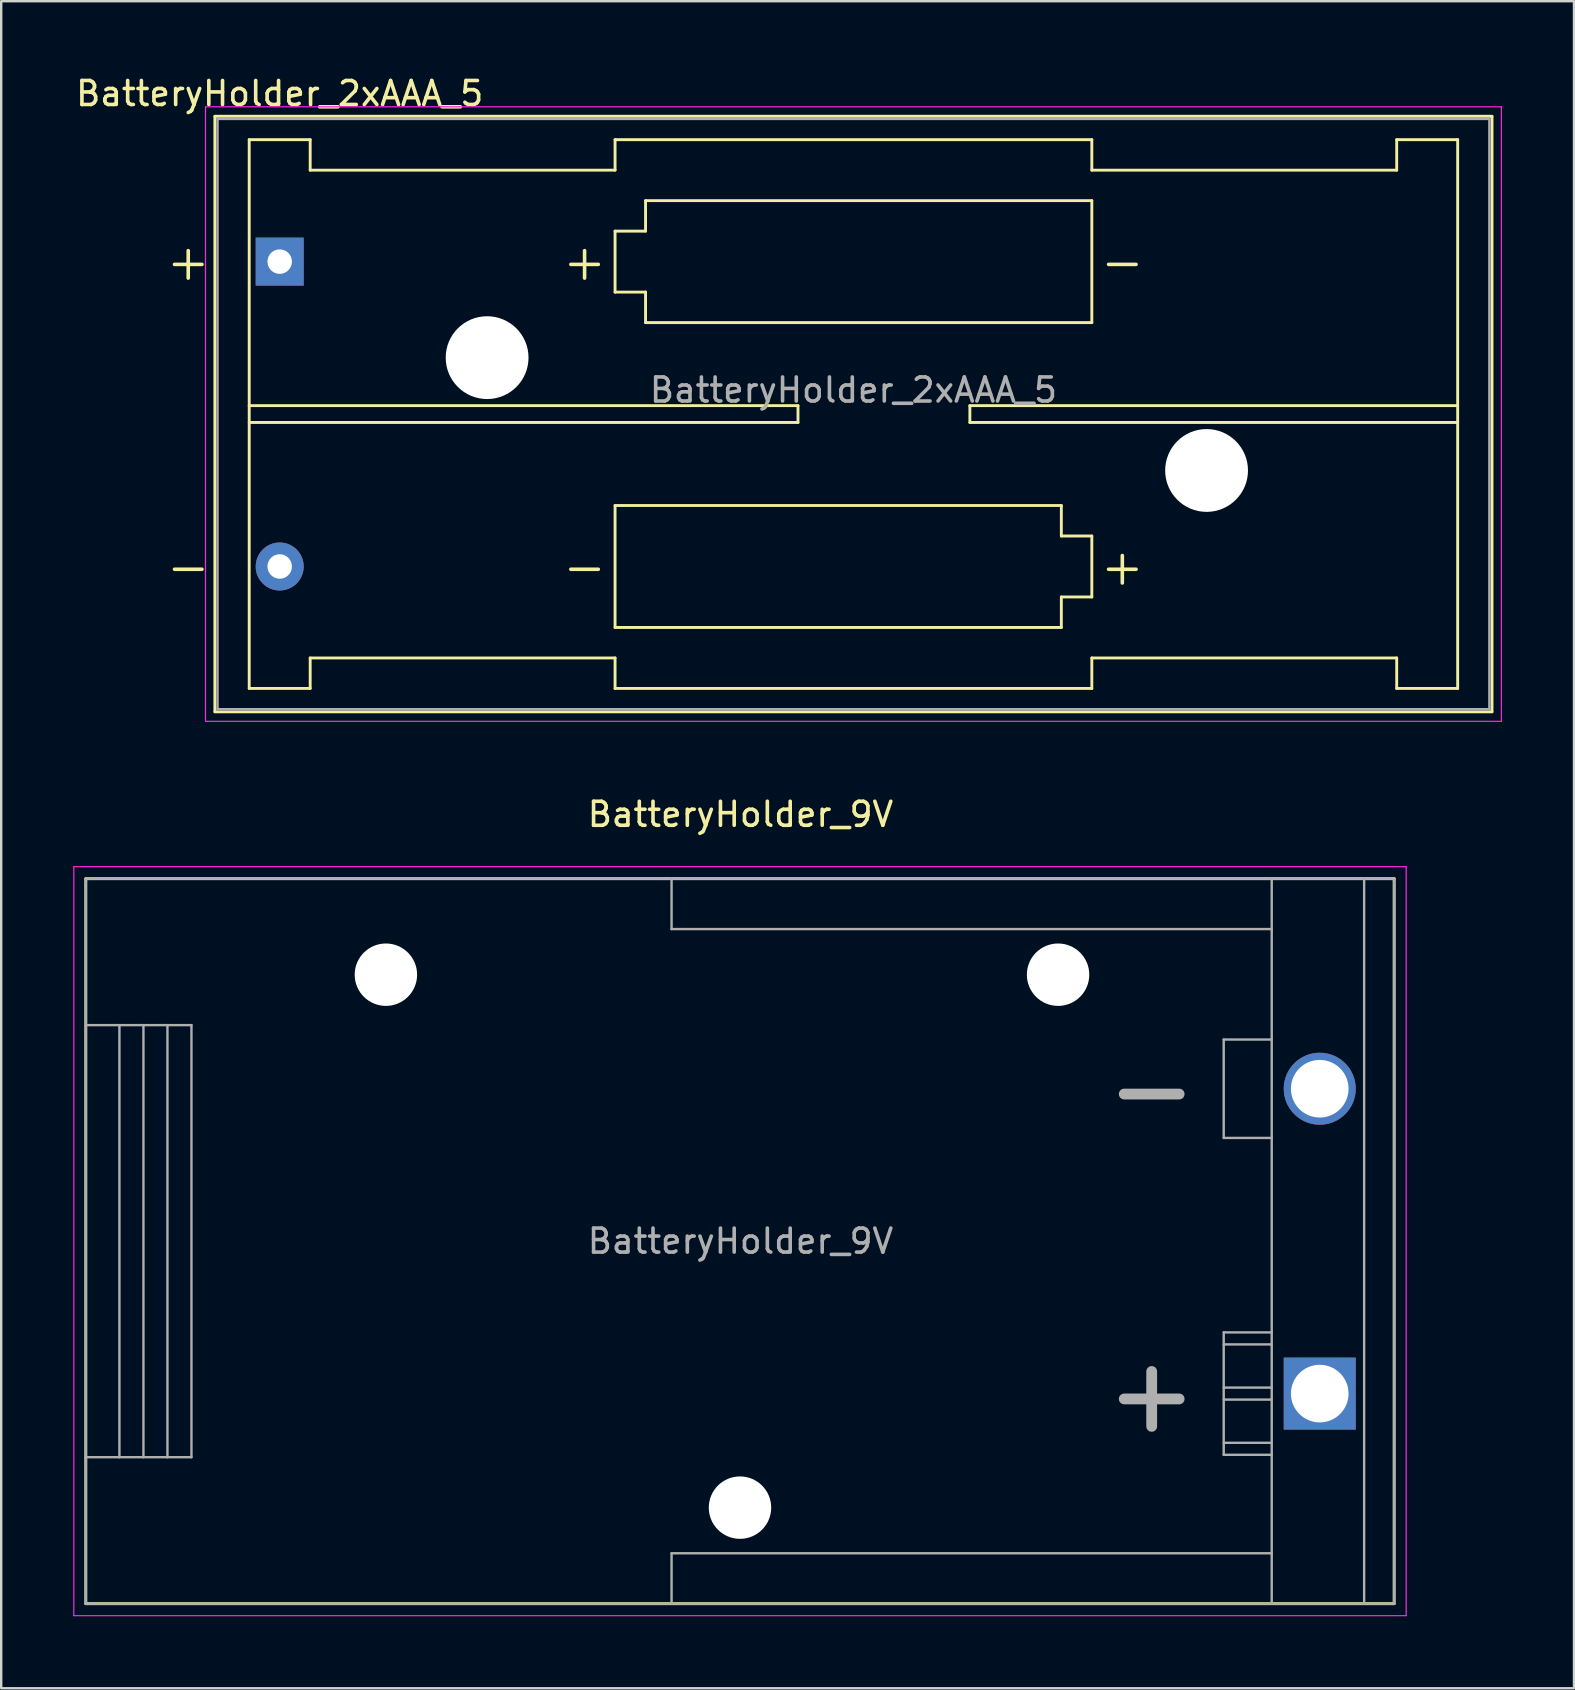
<source format=kicad_pcb>
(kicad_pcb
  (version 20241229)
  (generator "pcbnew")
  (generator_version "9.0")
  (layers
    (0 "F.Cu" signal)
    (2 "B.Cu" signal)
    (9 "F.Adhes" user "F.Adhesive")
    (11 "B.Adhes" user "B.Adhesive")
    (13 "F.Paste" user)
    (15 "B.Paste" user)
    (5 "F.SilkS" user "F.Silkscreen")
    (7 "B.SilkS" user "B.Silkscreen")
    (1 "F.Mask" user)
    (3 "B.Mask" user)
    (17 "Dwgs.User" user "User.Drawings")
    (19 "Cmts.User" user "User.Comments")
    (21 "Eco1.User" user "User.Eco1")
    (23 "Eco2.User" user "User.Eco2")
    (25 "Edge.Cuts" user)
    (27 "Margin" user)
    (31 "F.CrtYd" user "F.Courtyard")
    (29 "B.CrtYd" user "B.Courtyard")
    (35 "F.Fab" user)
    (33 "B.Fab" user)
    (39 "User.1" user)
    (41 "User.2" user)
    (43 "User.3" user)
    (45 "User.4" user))
  (footprint "BatteryHolder_2xAAA_5"
    (layer "F.Cu")
    (at 8.601 7.848)
    (property "Reference" "BatteryHolder_2xAAA_5" (at 0 -7 0) (layer "F.SilkS") (effects (font (size 1 1) (thickness 0.15))))
    (attr through_hole)
    (fp_line (start -2.7 -6.05) (end -2.7 18.75) (stroke (width 0.12) (type solid)) (layer "F.SilkS"))
    (fp_line (start -2.7 18.755) (end 50.5 18.755) (stroke (width 0.12) (type solid)) (layer "F.SilkS"))
    (fp_line (start -1.27 -5.08) (end -1.27 17.78) (stroke (width 0.12) (type solid)) (layer "F.SilkS"))
    (fp_line (start -1.27 6) (end 21.59 6) (stroke (width 0.12) (type solid)) (layer "F.SilkS"))
    (fp_line (start -1.27 17.78) (end 1.27 17.78) (stroke (width 0.12) (type solid)) (layer "F.SilkS"))
    (fp_line (start 1.27 -5.08) (end -1.27 -5.08) (stroke (width 0.12) (type solid)) (layer "F.SilkS"))
    (fp_line (start 1.27 -3.81) (end 1.27 -5.08) (stroke (width 0.12) (type solid)) (layer "F.SilkS"))
    (fp_line (start 1.27 -3.81) (end 13.97 -3.81) (stroke (width 0.12) (type solid)) (layer "F.SilkS"))
    (fp_line (start 1.27 16.51) (end 13.97 16.51) (stroke (width 0.12) (type solid)) (layer "F.SilkS"))
    (fp_line (start 1.27 17.78) (end 1.27 16.51) (stroke (width 0.12) (type solid)) (layer "F.SilkS"))
    (fp_line (start 13.97 -5.08) (end 13.97 -3.81) (stroke (width 0.12) (type solid)) (layer "F.SilkS"))
    (fp_line (start 13.97 -1.27) (end 15.24 -1.27) (stroke (width 0.12) (type solid)) (layer "F.SilkS"))
    (fp_line (start 13.97 1.27) (end 13.97 -1.27) (stroke (width 0.12) (type solid)) (layer "F.SilkS"))
    (fp_line (start 13.97 10.16) (end 32.56 10.16) (stroke (width 0.12) (type solid)) (layer "F.SilkS"))
    (fp_line (start 13.97 15.24) (end 13.97 10.16) (stroke (width 0.12) (type solid)) (layer "F.SilkS"))
    (fp_line (start 13.97 16.51) (end 13.97 17.78) (stroke (width 0.12) (type solid)) (layer "F.SilkS"))
    (fp_line (start 13.97 17.78) (end 33.83 17.78) (stroke (width 0.12) (type solid)) (layer "F.SilkS"))
    (fp_line (start 15.24 -2.54) (end 33.83 -2.54) (stroke (width 0.12) (type solid)) (layer "F.SilkS"))
    (fp_line (start 15.24 -1.27) (end 15.24 -2.54) (stroke (width 0.12) (type solid)) (layer "F.SilkS"))
    (fp_line (start 15.24 1.27) (end 13.97 1.27) (stroke (width 0.12) (type solid)) (layer "F.SilkS"))
    (fp_line (start 15.24 2.54) (end 15.24 1.27) (stroke (width 0.12) (type solid)) (layer "F.SilkS"))
    (fp_line (start 21.59 6) (end 21.59 6.7) (stroke (width 0.12) (type solid)) (layer "F.SilkS"))
    (fp_line (start 21.59 6.7) (end -1.27 6.7) (stroke (width 0.12) (type solid)) (layer "F.SilkS"))
    (fp_line (start 28.75 6) (end 28.75 6.7) (stroke (width 0.12) (type solid)) (layer "F.SilkS"))
    (fp_line (start 28.75 6.7) (end 49.07 6.7) (stroke (width 0.12) (type solid)) (layer "F.SilkS"))
    (fp_line (start 32.56 10.16) (end 32.56 11.43) (stroke (width 0.12) (type solid)) (layer "F.SilkS"))
    (fp_line (start 32.56 11.43) (end 33.83 11.43) (stroke (width 0.12) (type solid)) (layer "F.SilkS"))
    (fp_line (start 32.56 13.97) (end 32.56 15.24) (stroke (width 0.12) (type solid)) (layer "F.SilkS"))
    (fp_line (start 32.56 15.24) (end 13.97 15.24) (stroke (width 0.12) (type solid)) (layer "F.SilkS"))
    (fp_line (start 33.83 -5.08) (end 13.97 -5.08) (stroke (width 0.12) (type solid)) (layer "F.SilkS"))
    (fp_line (start 33.83 -3.81) (end 33.83 -5.08) (stroke (width 0.12) (type solid)) (layer "F.SilkS"))
    (fp_line (start 33.83 -2.54) (end 33.83 2.54) (stroke (width 0.12) (type solid)) (layer "F.SilkS"))
    (fp_line (start 33.83 2.54) (end 15.24 2.54) (stroke (width 0.12) (type solid)) (layer "F.SilkS"))
    (fp_line (start 33.83 11.43) (end 33.83 13.97) (stroke (width 0.12) (type solid)) (layer "F.SilkS"))
    (fp_line (start 33.83 13.97) (end 32.56 13.97) (stroke (width 0.12) (type solid)) (layer "F.SilkS"))
    (fp_line (start 33.83 17.78) (end 33.83 16.51) (stroke (width 0.12) (type solid)) (layer "F.SilkS"))
    (fp_line (start 46.53 -5.08) (end 46.53 -3.81) (stroke (width 0.12) (type solid)) (layer "F.SilkS"))
    (fp_line (start 46.53 -3.81) (end 33.83 -3.81) (stroke (width 0.12) (type solid)) (layer "F.SilkS"))
    (fp_line (start 46.53 16.51) (end 33.83 16.51) (stroke (width 0.12) (type solid)) (layer "F.SilkS"))
    (fp_line (start 46.53 17.78) (end 46.53 16.51) (stroke (width 0.12) (type solid)) (layer "F.SilkS"))
    (fp_line (start 49.07 -5.08) (end 46.53 -5.08) (stroke (width 0.12) (type solid)) (layer "F.SilkS"))
    (fp_line (start 49.07 -5.08) (end 49.07 17.78) (stroke (width 0.12) (type solid)) (layer "F.SilkS"))
    (fp_line (start 49.07 6) (end 28.75 6) (stroke (width 0.12) (type solid)) (layer "F.SilkS"))
    (fp_line (start 49.07 17.78) (end 46.53 17.78) (stroke (width 0.12) (type solid)) (layer "F.SilkS"))
    (fp_line (start 50.5 -6.055) (end -2.7 -6.055) (stroke (width 0.12) (type solid)) (layer "F.SilkS"))
    (fp_line (start 50.5 18.75) (end 50.5 -6.05) (stroke (width 0.12) (type solid)) (layer "F.SilkS"))
    (fp_line (start -3.09 -6.45) (end -3.09 19.15) (stroke (width 0.05) (type solid)) (layer "F.CrtYd"))
    (fp_line (start -3.09 19.15) (end 50.89 19.15) (stroke (width 0.05) (type solid)) (layer "F.CrtYd"))
    (fp_line (start 50.89 -6.45) (end -3.09 -6.45) (stroke (width 0.05) (type solid)) (layer "F.CrtYd"))
    (fp_line (start 50.89 19.15) (end 50.89 -6.45) (stroke (width 0.05) (type solid)) (layer "F.CrtYd"))
    (fp_line (start -2.59 -5.945) (end 50.39 -5.945) (stroke (width 0.1) (type solid)) (layer "F.Fab"))
    (fp_line (start -2.59 18.645) (end -2.59 -5.945) (stroke (width 0.1) (type solid)) (layer "F.Fab"))
    (fp_line (start -2.59 18.645) (end 50.39 18.645) (stroke (width 0.1) (type solid)) (layer "F.Fab"))
    (fp_line (start 50.39 18.645) (end 50.39 -5.945) (stroke (width 0.1) (type solid)) (layer "F.Fab"))
    (fp_text user "-" (at 12.7 12.7 0) (layer "F.SilkS") (effects (font (size 1.5 1.5) (thickness 0.15))))
    (fp_text user "+" (at -3.81 0 0) (layer "F.SilkS") (effects (font (size 1.5 1.5) (thickness 0.15))))
    (fp_text user "+" (at 12.7 0 0) (layer "F.SilkS") (effects (font (size 1.5 1.5) (thickness 0.15))))
    (fp_text user "-" (at -3.81 12.7 0) (layer "F.SilkS") (effects (font (size 1.5 1.5) (thickness 0.15))))
    (fp_text user "-" (at 35.1 0 0) (layer "F.SilkS") (effects (font (size 1.5 1.5) (thickness 0.15))))
    (fp_text user "+" (at 35.1 12.7 0) (layer "F.SilkS") (effects (font (size 1.5 1.5) (thickness 0.15))))
    (fp_text user "${REFERENCE}" (at 23.9 5.35 0) (layer "F.Fab") (effects (font (size 1 1) (thickness 0.15))))
    (pad "" np_thru_hole circle (at 8.64 4) (size 3.45 3.45) (drill 3.45) (layers "*.Cu"))
    (pad "" np_thru_hole circle (at 38.61 8.7) (size 3.45 3.45) (drill 3.45) (layers "*.Cu" "*.Mask"))
    (pad "1" thru_hole rect (at 0 0) (size 2 2) (drill 1.02) (layers "*.Cu" "*.Mask"))
    (pad "2" thru_hole circle (at 0 12.7) (size 2 2) (drill 1.02) (layers "*.Cu" "*.Mask")))
  (footprint "BatteryHolder_9V"
    (layer "F.Cu")
    (at 51.925 55.002)
    (property "Reference" "BatteryHolder_9V" (at -24.13 -24.13 0) (layer "F.SilkS") (effects (font (size 1 1) (thickness 0.15))))
    (attr through_hole)
    (fp_line (start -51.4 -21.45) (end 3.1 -21.45) (stroke (width 0.12) (type solid)) (layer "F.SilkS"))
    (fp_line (start -51.4 8.75) (end -51.4 -21.45) (stroke (width 0.12) (type solid)) (layer "F.SilkS"))
    (fp_line (start 3.1 -21.45) (end 3.1 8.75) (stroke (width 0.12) (type solid)) (layer "F.SilkS"))
    (fp_line (start 3.1 8.75) (end -51.4 8.75) (stroke (width 0.12) (type solid)) (layer "F.SilkS"))
    (fp_line (start -51.9 -21.95) (end 3.6 -21.95) (stroke (width 0.05) (type solid)) (layer "F.CrtYd"))
    (fp_line (start -51.9 9.25) (end -51.9 -21.95) (stroke (width 0.05) (type solid)) (layer "F.CrtYd"))
    (fp_line (start 3.6 -21.95) (end 3.6 9.25) (stroke (width 0.05) (type solid)) (layer "F.CrtYd"))
    (fp_line (start 3.6 9.25) (end -51.9 9.25) (stroke (width 0.05) (type solid)) (layer "F.CrtYd"))
    (fp_line (start -51.4 -21.45) (end 3.1 -21.45) (stroke (width 0.1) (type solid)) (layer "F.Fab"))
    (fp_line (start -51.4 -15.35) (end -47 -15.35) (stroke (width 0.1) (type solid)) (layer "F.Fab"))
    (fp_line (start -51.4 2.65) (end -47 2.65) (stroke (width 0.1) (type solid)) (layer "F.Fab"))
    (fp_line (start -51.4 8.75) (end -51.4 -21.45) (stroke (width 0.1) (type solid)) (layer "F.Fab"))
    (fp_line (start -50 2.65) (end -50 -15.35) (stroke (width 0.1) (type solid)) (layer "F.Fab"))
    (fp_line (start -49 2.65) (end -49 -15.35) (stroke (width 0.1) (type solid)) (layer "F.Fab"))
    (fp_line (start -48 2.65) (end -48 -15.35) (stroke (width 0.1) (type solid)) (layer "F.Fab"))
    (fp_line (start -47 2.65) (end -47 -15.35) (stroke (width 0.1) (type solid)) (layer "F.Fab"))
    (fp_line (start -27 -19.35) (end -27 -21.45) (stroke (width 0.1) (type solid)) (layer "F.Fab"))
    (fp_line (start -27 6.65) (end -27 8.75) (stroke (width 0.1) (type solid)) (layer "F.Fab"))
    (fp_line (start -4 -14.75) (end -4 -10.65) (stroke (width 0.1) (type solid)) (layer "F.Fab"))
    (fp_line (start -4 -10.65) (end -2 -10.65) (stroke (width 0.1) (type solid)) (layer "F.Fab"))
    (fp_line (start -4 -2.55) (end -4 2.55) (stroke (width 0.1) (type solid)) (layer "F.Fab"))
    (fp_line (start -4 -2.05) (end -2 -2.05) (stroke (width 0.1) (type solid)) (layer "F.Fab"))
    (fp_line (start -4 0.25) (end -2 0.25) (stroke (width 0.1) (type solid)) (layer "F.Fab"))
    (fp_line (start -4 2.55) (end -2 2.55) (stroke (width 0.1) (type solid)) (layer "F.Fab"))
    (fp_line (start -2 -21.45) (end -2 8.75) (stroke (width 0.1) (type solid)) (layer "F.Fab"))
    (fp_line (start -2 -19.35) (end -27 -19.35) (stroke (width 0.1) (type solid)) (layer "F.Fab"))
    (fp_line (start -2 -14.75) (end -4 -14.75) (stroke (width 0.1) (type solid)) (layer "F.Fab"))
    (fp_line (start -2 -2.55) (end -4 -2.55) (stroke (width 0.1) (type solid)) (layer "F.Fab"))
    (fp_line (start -2 -0.25) (end -4 -0.25) (stroke (width 0.1) (type solid)) (layer "F.Fab"))
    (fp_line (start -2 2.05) (end -4 2.05) (stroke (width 0.1) (type solid)) (layer "F.Fab"))
    (fp_line (start -2 6.65) (end -27 6.65) (stroke (width 0.1) (type solid)) (layer "F.Fab"))
    (fp_line (start 1.85 8.75) (end 1.85 -21.45) (stroke (width 0.1) (type solid)) (layer "F.Fab"))
    (fp_line (start 3.1 -21.45) (end 3.1 8.75) (stroke (width 0.1) (type solid)) (layer "F.Fab"))
    (fp_line (start 3.1 8.75) (end -51.4 8.75) (stroke (width 0.1) (type solid)) (layer "F.Fab"))
    (fp_text user "-" (at -7 -12.7 0) (layer "F.Fab") (effects (font (size 3 3) (thickness 0.45))))
    (fp_text user "+" (at -7 0 0) (layer "F.Fab") (effects (font (size 3 3) (thickness 0.45))))
    (fp_text user "${REFERENCE}" (at -24.13 -6.35 180) (layer "F.Fab") (effects (font (size 1 1) (thickness 0.15))))
    (pad "" np_thru_hole circle (at -38.9 -17.45) (size 2.6 2.6) (drill 2.6) (layers "*.Cu" "*.Mask"))
    (pad "" np_thru_hole circle (at -24.15 4.75) (size 2.6 2.6) (drill 2.6) (layers "*.Cu" "*.Mask"))
    (pad "" np_thru_hole circle (at -10.9 -17.45) (size 2.6 2.6) (drill 2.6) (layers "*.Cu" "*.Mask"))
    (pad "1" thru_hole rect (at 0 0) (size 3 3) (drill 2.4) (layers "*.Cu" "*.Mask"))
    (pad "2" thru_hole circle (at 0 -12.7) (size 3 3) (drill 2.4) (layers "*.Cu" "*.Mask")))
  (gr_rect
    (start -3 -3)
    (end 62.516 67.276)
    (stroke (width 0.1) (type default))
    (fill no)
    (layer "Edge.Cuts")))
</source>
